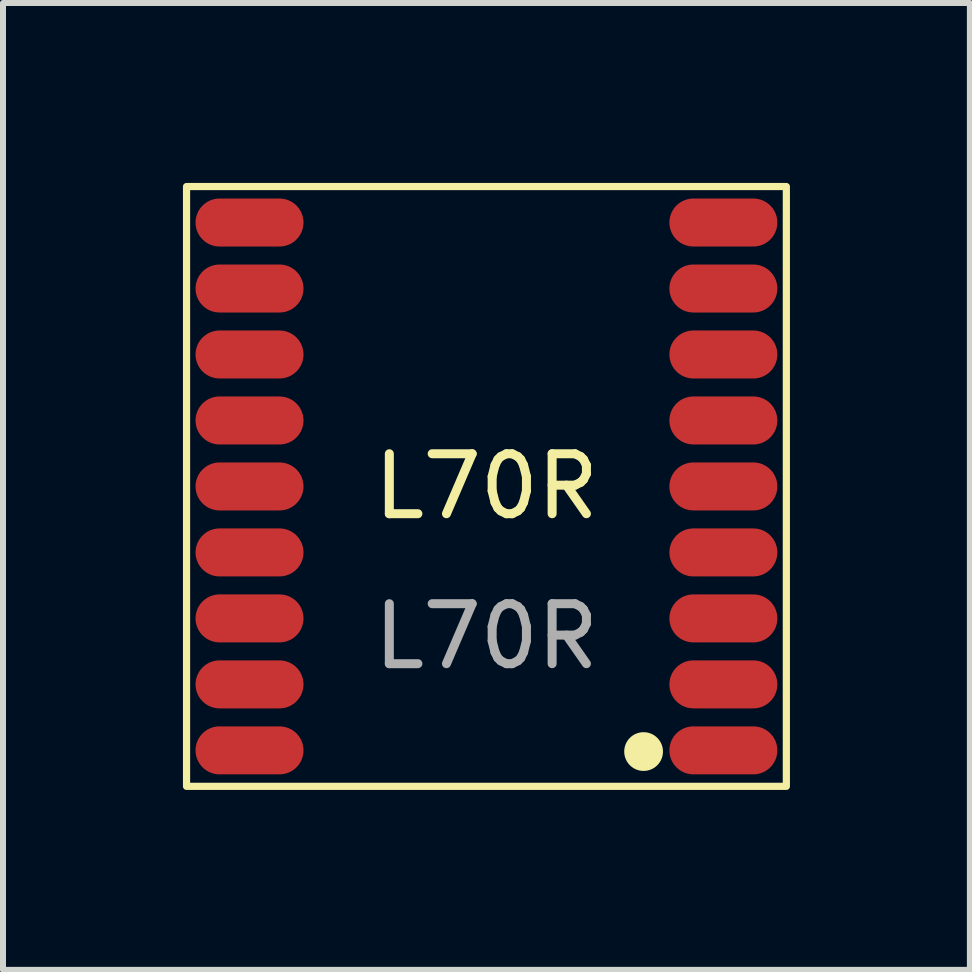
<source format=kicad_pcb>
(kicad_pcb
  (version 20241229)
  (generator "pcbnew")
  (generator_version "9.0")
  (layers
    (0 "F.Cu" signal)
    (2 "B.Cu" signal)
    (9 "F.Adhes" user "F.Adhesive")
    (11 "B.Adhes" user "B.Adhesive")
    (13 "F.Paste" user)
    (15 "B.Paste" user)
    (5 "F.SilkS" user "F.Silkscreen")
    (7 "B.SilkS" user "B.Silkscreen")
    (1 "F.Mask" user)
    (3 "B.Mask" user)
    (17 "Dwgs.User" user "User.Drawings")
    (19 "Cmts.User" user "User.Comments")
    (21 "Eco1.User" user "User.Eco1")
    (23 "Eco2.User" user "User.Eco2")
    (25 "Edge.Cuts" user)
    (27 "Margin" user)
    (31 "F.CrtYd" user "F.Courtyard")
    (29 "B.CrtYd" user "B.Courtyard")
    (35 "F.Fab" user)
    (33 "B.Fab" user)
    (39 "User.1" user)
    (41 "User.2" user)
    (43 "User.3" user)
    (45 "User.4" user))
  (footprint "L70R"
    (layer "F.Cu")
    (at 5.06 5.06)
    (property "Reference" "L70R" (at 0 0 0) (unlocked yes) (layer "F.SilkS") (effects (font (size 1 1) (thickness 0.15))))
    (attr smd)
    (fp_rect (start -5 -5) (end 5 5) (stroke (width 0.12) (type solid)) (fill no) (layer "F.SilkS"))
    (fp_circle (center 2.62 4.42) (end 2.88 4.46) (stroke (width 0.12) (type solid)) (fill yes) (layer "F.SilkS"))
    (fp_text user "${REFERENCE}" (at 0 2.5 0) (unlocked yes) (layer "F.Fab") (effects (font (size 1 1) (thickness 0.15))))
    (pad "1" smd oval (at 3.95 4.4) (size 1.8 0.8) (layers "F.Cu" "F.Mask" "F.Paste"))
    (pad "2" smd oval (at 3.95 3.3) (size 1.8 0.8) (layers "F.Cu" "F.Mask" "F.Paste"))
    (pad "3" smd oval (at 3.95 2.2) (size 1.8 0.8) (layers "F.Cu" "F.Mask" "F.Paste"))
    (pad "4" smd oval (at 3.95 1.1) (size 1.8 0.8) (layers "F.Cu" "F.Mask" "F.Paste"))
    (pad "5" smd oval (at 3.95 0) (size 1.8 0.8) (layers "F.Cu" "F.Mask" "F.Paste"))
    (pad "6" smd oval (at 3.95 -1.1) (size 1.8 0.8) (layers "F.Cu" "F.Mask" "F.Paste"))
    (pad "7" smd oval (at 3.95 -2.2) (size 1.8 0.8) (layers "F.Cu" "F.Mask" "F.Paste"))
    (pad "8" smd oval (at 3.95 -3.3) (size 1.8 0.8) (layers "F.Cu" "F.Mask" "F.Paste"))
    (pad "9" smd oval (at 3.95 -4.4) (size 1.8 0.8) (layers "F.Cu" "F.Mask" "F.Paste"))
    (pad "10" smd oval (at -3.95 -4.4) (size 1.8 0.8) (layers "F.Cu" "F.Mask" "F.Paste"))
    (pad "11" smd oval (at -3.95 -3.3) (size 1.8 0.8) (layers "F.Cu" "F.Mask" "F.Paste"))
    (pad "12" smd oval (at -3.95 -2.2) (size 1.8 0.8) (layers "F.Cu" "F.Mask" "F.Paste"))
    (pad "13" smd oval (at -3.95 -1.1) (size 1.8 0.8) (layers "F.Cu" "F.Mask" "F.Paste"))
    (pad "14" smd oval (at -3.95 0) (size 1.8 0.8) (layers "F.Cu" "F.Mask" "F.Paste"))
    (pad "15" smd oval (at -3.95 1.1) (size 1.8 0.8) (layers "F.Cu" "F.Mask" "F.Paste"))
    (pad "16" smd oval (at -3.95 2.2) (size 1.8 0.8) (layers "F.Cu" "F.Mask" "F.Paste"))
    (pad "17" smd oval (at -3.95 3.3) (size 1.8 0.8) (layers "F.Cu" "F.Mask" "F.Paste"))
    (pad "18" smd oval (at -3.95 4.4) (size 1.8 0.8) (layers "F.Cu" "F.Mask" "F.Paste")))
  (gr_rect
    (start -3 -3)
    (end 13.12 13.12)
    (stroke (width 0.1) (type default))
    (fill no)
    (layer "Edge.Cuts")))
</source>
